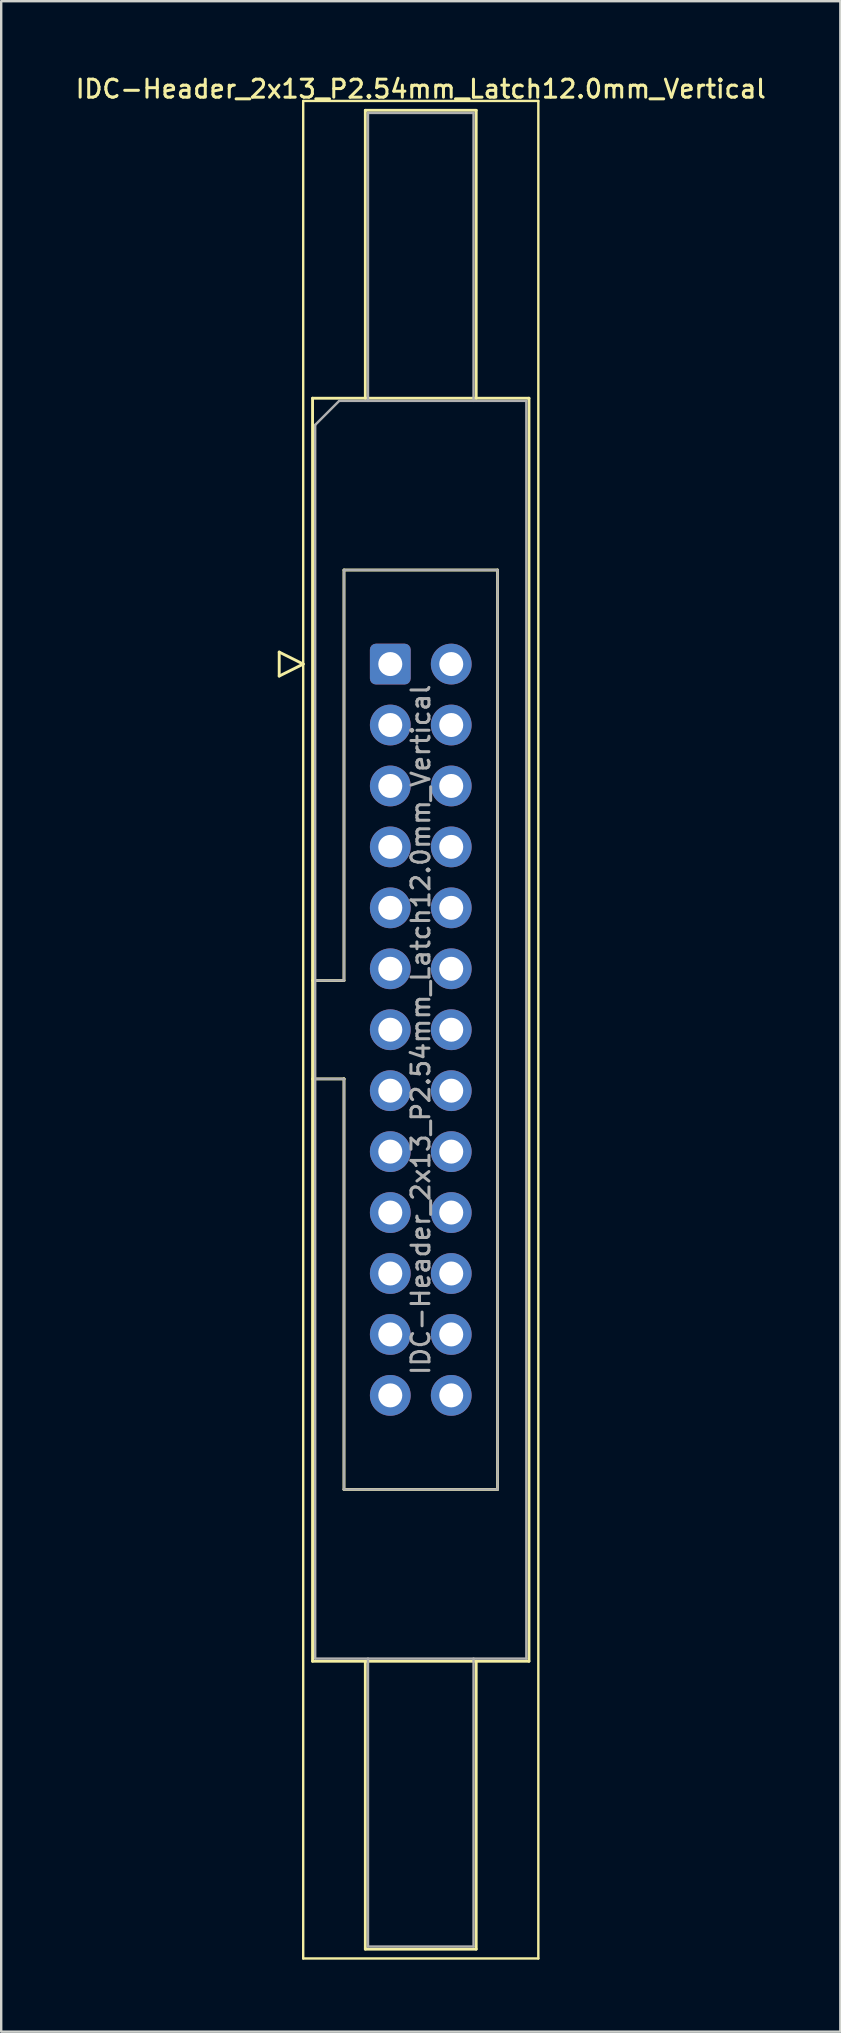
<source format=kicad_pcb>
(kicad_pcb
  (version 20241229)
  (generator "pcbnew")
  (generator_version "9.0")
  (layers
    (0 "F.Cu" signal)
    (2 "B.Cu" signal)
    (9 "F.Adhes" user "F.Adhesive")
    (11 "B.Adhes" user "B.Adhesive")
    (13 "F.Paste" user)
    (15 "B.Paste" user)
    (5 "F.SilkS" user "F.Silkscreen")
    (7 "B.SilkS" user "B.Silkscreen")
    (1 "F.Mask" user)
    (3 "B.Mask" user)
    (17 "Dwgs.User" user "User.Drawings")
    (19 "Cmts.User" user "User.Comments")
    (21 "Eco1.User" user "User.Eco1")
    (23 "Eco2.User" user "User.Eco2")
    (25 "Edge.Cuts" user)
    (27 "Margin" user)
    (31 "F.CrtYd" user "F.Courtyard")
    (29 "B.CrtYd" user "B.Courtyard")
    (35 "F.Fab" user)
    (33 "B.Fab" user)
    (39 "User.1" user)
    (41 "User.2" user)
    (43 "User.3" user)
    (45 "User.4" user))
  (footprint "IDC-Header_2x13_P2.54mm_Latch12.0mm_Vertical"
    (layer "F.Cu")
    (at 13.217 24.628)
    (property "Reference" "IDC-Header_2x13_P2.54mm_Latch12.0mm_Vertical" (at 1.27 -23.97 0) (layer "F.SilkS") (effects (font (size 0.75 0.75) (thickness 0.125))))
    (attr through_hole)
    (fp_line (start -4.63 -0.5) (end -4.63 0.5) (stroke (width 0.12) (type solid)) (layer "F.SilkS"))
    (fp_line (start -4.63 0.5) (end -3.63 0) (stroke (width 0.12) (type solid)) (layer "F.SilkS"))
    (fp_line (start -3.63 -23.47) (end -3.63 53.95) (stroke (width 0.1) (type solid)) (layer "F.SilkS"))
    (fp_line (start -3.63 0) (end -4.63 -0.5) (stroke (width 0.12) (type solid)) (layer "F.SilkS"))
    (fp_line (start -3.63 53.95) (end 6.17 53.95) (stroke (width 0.1) (type solid)) (layer "F.SilkS"))
    (fp_line (start -3.24 -11.08) (end 5.78 -11.08) (stroke (width 0.12) (type solid)) (layer "F.SilkS"))
    (fp_line (start -3.24 13.19) (end -1.93 13.19) (stroke (width 0.12) (type solid)) (layer "F.SilkS"))
    (fp_line (start -3.24 41.56) (end -3.24 -11.08) (stroke (width 0.12) (type solid)) (layer "F.SilkS"))
    (fp_line (start -1.93 -3.92) (end 4.47 -3.92) (stroke (width 0.12) (type solid)) (layer "F.SilkS"))
    (fp_line (start -1.93 13.19) (end -1.93 -3.92) (stroke (width 0.12) (type solid)) (layer "F.SilkS"))
    (fp_line (start -1.93 17.29) (end -3.24 17.29) (stroke (width 0.12) (type solid)) (layer "F.SilkS"))
    (fp_line (start -1.93 17.29) (end -1.93 17.29) (stroke (width 0.12) (type solid)) (layer "F.SilkS"))
    (fp_line (start -1.93 34.4) (end -1.93 17.29) (stroke (width 0.12) (type solid)) (layer "F.SilkS"))
    (fp_line (start -1.04 -23.08) (end 3.58 -23.08) (stroke (width 0.12) (type solid)) (layer "F.SilkS"))
    (fp_line (start -1.04 -11.08) (end -1.04 -23.08) (stroke (width 0.12) (type solid)) (layer "F.SilkS"))
    (fp_line (start -1.04 41.56) (end -1.04 53.56) (stroke (width 0.12) (type solid)) (layer "F.SilkS"))
    (fp_line (start -1.04 53.56) (end 3.58 53.56) (stroke (width 0.12) (type solid)) (layer "F.SilkS"))
    (fp_line (start 3.58 -23.08) (end 3.58 -11.08) (stroke (width 0.12) (type solid)) (layer "F.SilkS"))
    (fp_line (start 3.58 53.56) (end 3.58 41.56) (stroke (width 0.12) (type solid)) (layer "F.SilkS"))
    (fp_line (start 4.47 -3.92) (end 4.47 34.4) (stroke (width 0.12) (type solid)) (layer "F.SilkS"))
    (fp_line (start 4.47 34.4) (end -1.93 34.4) (stroke (width 0.12) (type solid)) (layer "F.SilkS"))
    (fp_line (start 5.78 -11.08) (end 5.78 41.56) (stroke (width 0.12) (type solid)) (layer "F.SilkS"))
    (fp_line (start 5.78 41.56) (end -3.24 41.56) (stroke (width 0.12) (type solid)) (layer "F.SilkS"))
    (fp_line (start 6.17 -23.47) (end -3.63 -23.47) (stroke (width 0.1) (type solid)) (layer "F.SilkS"))
    (fp_line (start 6.17 53.95) (end 6.17 -23.47) (stroke (width 0.1) (type solid)) (layer "F.SilkS"))
    (fp_line (start -3.13 -9.97) (end -2.13 -10.97) (stroke (width 0.1) (type solid)) (layer "F.Fab"))
    (fp_line (start -3.13 13.19) (end -1.93 13.19) (stroke (width 0.1) (type solid)) (layer "F.Fab"))
    (fp_line (start -3.13 41.45) (end -3.13 -9.97) (stroke (width 0.1) (type solid)) (layer "F.Fab"))
    (fp_line (start -2.13 -10.97) (end 5.67 -10.97) (stroke (width 0.1) (type solid)) (layer "F.Fab"))
    (fp_line (start -1.93 -3.92) (end 4.47 -3.92) (stroke (width 0.1) (type solid)) (layer "F.Fab"))
    (fp_line (start -1.93 13.19) (end -1.93 -3.92) (stroke (width 0.1) (type solid)) (layer "F.Fab"))
    (fp_line (start -1.93 17.29) (end -3.13 17.29) (stroke (width 0.1) (type solid)) (layer "F.Fab"))
    (fp_line (start -1.93 17.29) (end -1.93 17.29) (stroke (width 0.1) (type solid)) (layer "F.Fab"))
    (fp_line (start -1.93 34.4) (end -1.93 17.29) (stroke (width 0.1) (type solid)) (layer "F.Fab"))
    (fp_line (start -0.93 -22.97) (end 3.47 -22.97) (stroke (width 0.1) (type solid)) (layer "F.Fab"))
    (fp_line (start -0.93 -10.97) (end -0.93 -22.97) (stroke (width 0.1) (type solid)) (layer "F.Fab"))
    (fp_line (start -0.93 41.45) (end -0.93 53.45) (stroke (width 0.1) (type solid)) (layer "F.Fab"))
    (fp_line (start -0.93 53.45) (end 3.47 53.45) (stroke (width 0.1) (type solid)) (layer "F.Fab"))
    (fp_line (start 3.47 -22.97) (end 3.47 -10.97) (stroke (width 0.1) (type solid)) (layer "F.Fab"))
    (fp_line (start 3.47 53.45) (end 3.47 41.45) (stroke (width 0.1) (type solid)) (layer "F.Fab"))
    (fp_line (start 4.47 -3.92) (end 4.47 34.4) (stroke (width 0.1) (type solid)) (layer "F.Fab"))
    (fp_line (start 4.47 34.4) (end -1.93 34.4) (stroke (width 0.1) (type solid)) (layer "F.Fab"))
    (fp_line (start 5.67 -10.97) (end 5.67 41.45) (stroke (width 0.1) (type solid)) (layer "F.Fab"))
    (fp_line (start 5.67 41.45) (end -3.13 41.45) (stroke (width 0.1) (type solid)) (layer "F.Fab"))
    (fp_text user "${REFERENCE}" (at 1.27 15.24 90) (layer "F.Fab") (effects (font (size 0.75 0.75) (thickness 0.125))))
    (pad "1" thru_hole roundrect (at 0 0) (size 1.7 1.7) (drill 1) (layers "*.Cu" "*.Mask") (roundrect_rratio 0.147))
    (pad "2" thru_hole circle (at 2.54 0) (size 1.7 1.7) (drill 1) (layers "*.Cu" "*.Mask"))
    (pad "3" thru_hole circle (at 0 2.54) (size 1.7 1.7) (drill 1) (layers "*.Cu" "*.Mask"))
    (pad "4" thru_hole circle (at 2.54 2.54) (size 1.7 1.7) (drill 1) (layers "*.Cu" "*.Mask"))
    (pad "5" thru_hole circle (at 0 5.08) (size 1.7 1.7) (drill 1) (layers "*.Cu" "*.Mask"))
    (pad "6" thru_hole circle (at 2.54 5.08) (size 1.7 1.7) (drill 1) (layers "*.Cu" "*.Mask"))
    (pad "7" thru_hole circle (at 0 7.62) (size 1.7 1.7) (drill 1) (layers "*.Cu" "*.Mask"))
    (pad "8" thru_hole circle (at 2.54 7.62) (size 1.7 1.7) (drill 1) (layers "*.Cu" "*.Mask"))
    (pad "9" thru_hole circle (at 0 10.16) (size 1.7 1.7) (drill 1) (layers "*.Cu" "*.Mask"))
    (pad "10" thru_hole circle (at 2.54 10.16) (size 1.7 1.7) (drill 1) (layers "*.Cu" "*.Mask"))
    (pad "11" thru_hole circle (at 0 12.7) (size 1.7 1.7) (drill 1) (layers "*.Cu" "*.Mask"))
    (pad "12" thru_hole circle (at 2.54 12.7) (size 1.7 1.7) (drill 1) (layers "*.Cu" "*.Mask"))
    (pad "13" thru_hole circle (at 0 15.24) (size 1.7 1.7) (drill 1) (layers "*.Cu" "*.Mask"))
    (pad "14" thru_hole circle (at 2.54 15.24) (size 1.7 1.7) (drill 1) (layers "*.Cu" "*.Mask"))
    (pad "15" thru_hole circle (at 0 17.78) (size 1.7 1.7) (drill 1) (layers "*.Cu" "*.Mask"))
    (pad "16" thru_hole circle (at 2.54 17.78) (size 1.7 1.7) (drill 1) (layers "*.Cu" "*.Mask"))
    (pad "17" thru_hole circle (at 0 20.32) (size 1.7 1.7) (drill 1) (layers "*.Cu" "*.Mask"))
    (pad "18" thru_hole circle (at 2.54 20.32) (size 1.7 1.7) (drill 1) (layers "*.Cu" "*.Mask"))
    (pad "19" thru_hole circle (at 0 22.86) (size 1.7 1.7) (drill 1) (layers "*.Cu" "*.Mask"))
    (pad "20" thru_hole circle (at 2.54 22.86) (size 1.7 1.7) (drill 1) (layers "*.Cu" "*.Mask"))
    (pad "21" thru_hole circle (at 0 25.4) (size 1.7 1.7) (drill 1) (layers "*.Cu" "*.Mask"))
    (pad "22" thru_hole circle (at 2.54 25.4) (size 1.7 1.7) (drill 1) (layers "*.Cu" "*.Mask"))
    (pad "23" thru_hole circle (at 0 27.94) (size 1.7 1.7) (drill 1) (layers "*.Cu" "*.Mask"))
    (pad "24" thru_hole circle (at 2.54 27.94) (size 1.7 1.7) (drill 1) (layers "*.Cu" "*.Mask"))
    (pad "25" thru_hole circle (at 0 30.48) (size 1.7 1.7) (drill 1) (layers "*.Cu" "*.Mask"))
    (pad "26" thru_hole circle (at 2.54 30.48) (size 1.7 1.7) (drill 1) (layers "*.Cu" "*.Mask")))
  (gr_rect
    (start -3 -3)
    (end 31.975 81.628)
    (stroke (width 0.1) (type default))
    (fill no)
    (layer "Edge.Cuts")))
</source>
